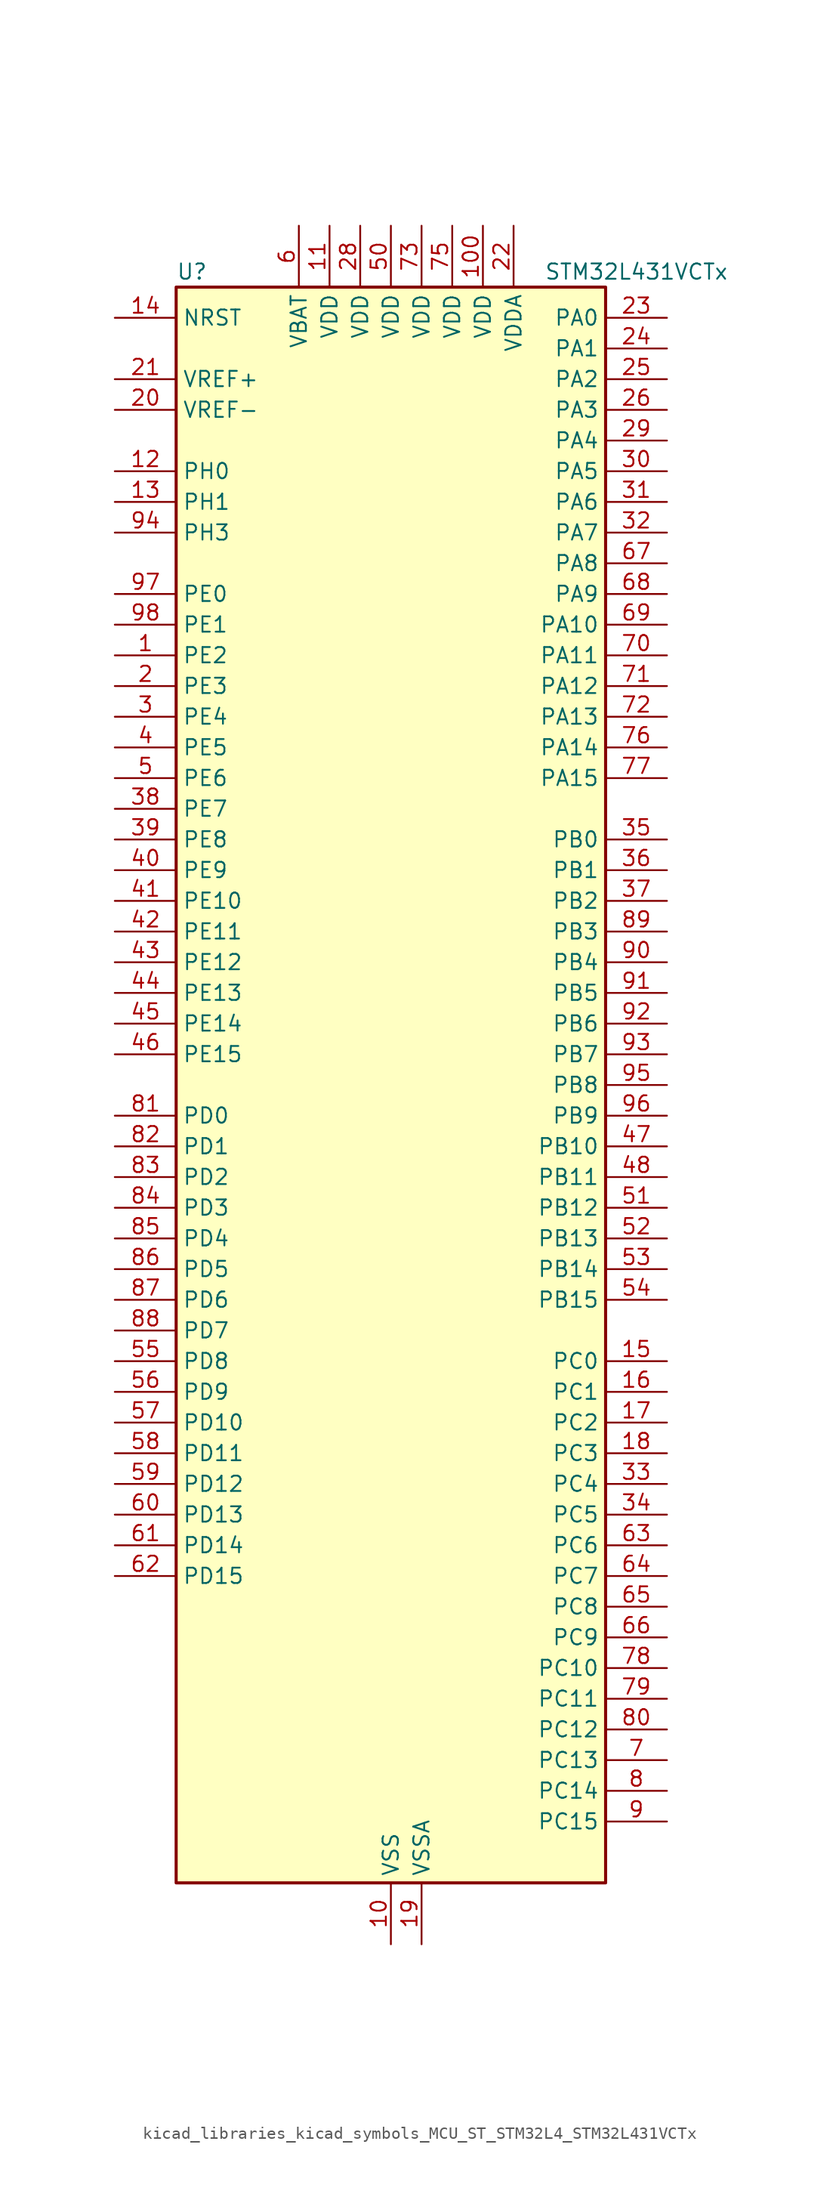
<source format=kicad_sym>
(kicad_symbol_lib
  (version 20220914)
  (generator kicad_symbol_editor)
  (symbol "kicad_libraries_kicad_symbols_MCU_ST_STM32L4_STM32L431VCTx"
    (property "Reference" "U"
      (at -17.78 67.31 0)
      (effects (font (size 1.27 1.27)) (justify left)))
    (property "Value" "STM32L431VCTx"
      (at 12.7 67.31 0)
      (effects (font (size 1.27 1.27)) (justify left)))
    (property "ki_locked" ""
      (at 0 0 0)
      (effects (font (size 1.27 1.27))))
    (symbol "kicad_libraries_kicad_symbols_MCU_ST_STM32L4_STM32L431VCTx_0_1"
      (rectangle (start -17.78 -66.04) (end 17.78 66.04) (stroke (width 0.254) (type default)) (fill (type background))))
    (symbol "kicad_libraries_kicad_symbols_MCU_ST_STM32L4_STM32L431VCTx_1_1"
      (pin bidirectional line (at -22.86 35.56 0) (length 5.08) (name "PE2" (effects (font (size 1.27 1.27)))) (number "1" (effects (font (size 1.27 1.27)))) (alternate "SAI1_MCLK_A" bidirectional line) (alternate "SYS_TRACECLK" bidirectional line) (alternate "TSC_G7_IO1" bidirectional line))
      (pin power_in line (at 0 -71.12 90) (length 5.08) (name "VSS" (effects (font (size 1.27 1.27)))) (number "10" (effects (font (size 1.27 1.27)))))
      (pin power_in line (at 7.62 71.12 270) (length 5.08) (name "VDD" (effects (font (size 1.27 1.27)))) (number "100" (effects (font (size 1.27 1.27)))))
      (pin power_in line (at -5.08 71.12 270) (length 5.08) (name "VDD" (effects (font (size 1.27 1.27)))) (number "11" (effects (font (size 1.27 1.27)))))
      (pin bidirectional line (at -22.86 50.8 0) (length 5.08) (name "PH0" (effects (font (size 1.27 1.27)))) (number "12" (effects (font (size 1.27 1.27)))) (alternate "RCC_OSC_IN" bidirectional line))
      (pin bidirectional line (at -22.86 48.26 0) (length 5.08) (name "PH1" (effects (font (size 1.27 1.27)))) (number "13" (effects (font (size 1.27 1.27)))) (alternate "RCC_OSC_OUT" bidirectional line))
      (pin input line (at -22.86 63.5 0) (length 5.08) (name "NRST" (effects (font (size 1.27 1.27)))) (number "14" (effects (font (size 1.27 1.27)))))
      (pin bidirectional line (at 22.86 -22.86 180) (length 5.08) (name "PC0" (effects (font (size 1.27 1.27)))) (number "15" (effects (font (size 1.27 1.27)))) (alternate "ADC1_IN1" bidirectional line) (alternate "I2C3_SCL" bidirectional line) (alternate "LPTIM1_IN1" bidirectional line) (alternate "LPTIM2_IN1" bidirectional line) (alternate "LPUART1_RX" bidirectional line))
      (pin bidirectional line (at 22.86 -25.4 180) (length 5.08) (name "PC1" (effects (font (size 1.27 1.27)))) (number "16" (effects (font (size 1.27 1.27)))) (alternate "ADC1_IN2" bidirectional line) (alternate "I2C3_SDA" bidirectional line) (alternate "LPTIM1_OUT" bidirectional line) (alternate "LPUART1_TX" bidirectional line))
      (pin bidirectional line (at 22.86 -27.94 180) (length 5.08) (name "PC2" (effects (font (size 1.27 1.27)))) (number "17" (effects (font (size 1.27 1.27)))) (alternate "ADC1_IN3" bidirectional line) (alternate "LPTIM1_IN2" bidirectional line) (alternate "SPI2_MISO" bidirectional line))
      (pin bidirectional line (at 22.86 -30.48 180) (length 5.08) (name "PC3" (effects (font (size 1.27 1.27)))) (number "18" (effects (font (size 1.27 1.27)))) (alternate "ADC1_IN4" bidirectional line) (alternate "LPTIM1_ETR" bidirectional line) (alternate "LPTIM2_ETR" bidirectional line) (alternate "SAI1_SD_A" bidirectional line) (alternate "SPI2_MOSI" bidirectional line))
      (pin power_in line (at 2.54 -71.12 90) (length 5.08) (name "VSSA" (effects (font (size 1.27 1.27)))) (number "19" (effects (font (size 1.27 1.27)))))
      (pin bidirectional line (at -22.86 33.02 0) (length 5.08) (name "PE3" (effects (font (size 1.27 1.27)))) (number "2" (effects (font (size 1.27 1.27)))) (alternate "SAI1_SD_B" bidirectional line) (alternate "SYS_TRACED0" bidirectional line) (alternate "TSC_G7_IO2" bidirectional line))
      (pin input line (at -22.86 55.88 0) (length 5.08) (name "VREF-" (effects (font (size 1.27 1.27)))) (number "20" (effects (font (size 1.27 1.27)))))
      (pin input line (at -22.86 58.42 0) (length 5.08) (name "VREF+" (effects (font (size 1.27 1.27)))) (number "21" (effects (font (size 1.27 1.27)))) (alternate "VREFBUF_OUT" bidirectional line))
      (pin power_in line (at 10.16 71.12 270) (length 5.08) (name "VDDA" (effects (font (size 1.27 1.27)))) (number "22" (effects (font (size 1.27 1.27)))))
      (pin bidirectional line (at 22.86 63.5 180) (length 5.08) (name "PA0" (effects (font (size 1.27 1.27)))) (number "23" (effects (font (size 1.27 1.27)))) (alternate "ADC1_IN5" bidirectional line) (alternate "COMP1_INM" bidirectional line) (alternate "COMP1_OUT" bidirectional line) (alternate "OPAMP1_VINP" bidirectional line) (alternate "RTC_TAMP2" bidirectional line) (alternate "SAI1_EXTCLK" bidirectional line) (alternate "SYS_WKUP1" bidirectional line) (alternate "TIM2_CH1" bidirectional line) (alternate "TIM2_ETR" bidirectional line) (alternate "USART2_CTS" bidirectional line))
      (pin bidirectional line (at 22.86 60.96 180) (length 5.08) (name "PA1" (effects (font (size 1.27 1.27)))) (number "24" (effects (font (size 1.27 1.27)))) (alternate "ADC1_IN6" bidirectional line) (alternate "COMP1_INP" bidirectional line) (alternate "I2C1_SMBA" bidirectional line) (alternate "OPAMP1_VINM" bidirectional line) (alternate "SPI1_SCK" bidirectional line) (alternate "TIM15_CH1N" bidirectional line) (alternate "TIM2_CH2" bidirectional line) (alternate "USART2_DE" bidirectional line) (alternate "USART2_RTS" bidirectional line))
      (pin bidirectional line (at 22.86 58.42 180) (length 5.08) (name "PA2" (effects (font (size 1.27 1.27)))) (number "25" (effects (font (size 1.27 1.27)))) (alternate "ADC1_IN7" bidirectional line) (alternate "COMP2_INM" bidirectional line) (alternate "COMP2_OUT" bidirectional line) (alternate "LPUART1_TX" bidirectional line) (alternate "QUADSPI_BK1_NCS" bidirectional line) (alternate "RCC_LSCO" bidirectional line) (alternate "SYS_WKUP4" bidirectional line) (alternate "TIM15_CH1" bidirectional line) (alternate "TIM2_CH3" bidirectional line) (alternate "USART2_TX" bidirectional line))
      (pin bidirectional line (at 22.86 55.88 180) (length 5.08) (name "PA3" (effects (font (size 1.27 1.27)))) (number "26" (effects (font (size 1.27 1.27)))) (alternate "ADC1_IN8" bidirectional line) (alternate "COMP2_INP" bidirectional line) (alternate "LPUART1_RX" bidirectional line) (alternate "OPAMP1_VOUT" bidirectional line) (alternate "QUADSPI_CLK" bidirectional line) (alternate "SAI1_MCLK_A" bidirectional line) (alternate "TIM15_CH2" bidirectional line) (alternate "TIM2_CH4" bidirectional line) (alternate "USART2_RX" bidirectional line))
      (pin passive line (at 0 -71.12 90) (length 5.08) hide (name "VSS" (effects (font (size 1.27 1.27)))) (number "27" (effects (font (size 1.27 1.27)))))
      (pin power_in line (at -2.54 71.12 270) (length 5.08) (name "VDD" (effects (font (size 1.27 1.27)))) (number "28" (effects (font (size 1.27 1.27)))))
      (pin bidirectional line (at 22.86 53.34 180) (length 5.08) (name "PA4" (effects (font (size 1.27 1.27)))) (number "29" (effects (font (size 1.27 1.27)))) (alternate "ADC1_IN9" bidirectional line) (alternate "COMP1_INM" bidirectional line) (alternate "COMP2_INM" bidirectional line) (alternate "DAC1_OUT1" bidirectional line) (alternate "LPTIM2_OUT" bidirectional line) (alternate "SAI1_FS_B" bidirectional line) (alternate "SPI1_NSS" bidirectional line) (alternate "SPI3_NSS" bidirectional line) (alternate "USART2_CK" bidirectional line))
      (pin bidirectional line (at -22.86 30.48 0) (length 5.08) (name "PE4" (effects (font (size 1.27 1.27)))) (number "3" (effects (font (size 1.27 1.27)))) (alternate "SAI1_FS_A" bidirectional line) (alternate "SYS_TRACED1" bidirectional line) (alternate "TSC_G7_IO3" bidirectional line))
      (pin bidirectional line (at 22.86 50.8 180) (length 5.08) (name "PA5" (effects (font (size 1.27 1.27)))) (number "30" (effects (font (size 1.27 1.27)))) (alternate "ADC1_IN10" bidirectional line) (alternate "COMP1_INM" bidirectional line) (alternate "COMP2_INM" bidirectional line) (alternate "DAC1_OUT2" bidirectional line) (alternate "LPTIM2_ETR" bidirectional line) (alternate "SPI1_SCK" bidirectional line) (alternate "TIM2_CH1" bidirectional line) (alternate "TIM2_ETR" bidirectional line))
      (pin bidirectional line (at 22.86 48.26 180) (length 5.08) (name "PA6" (effects (font (size 1.27 1.27)))) (number "31" (effects (font (size 1.27 1.27)))) (alternate "ADC1_IN11" bidirectional line) (alternate "COMP1_OUT" bidirectional line) (alternate "LPUART1_CTS" bidirectional line) (alternate "QUADSPI_BK1_IO3" bidirectional line) (alternate "SPI1_MISO" bidirectional line) (alternate "TIM16_CH1" bidirectional line) (alternate "TIM1_BKIN" bidirectional line) (alternate "TIM1_BKIN_COMP2" bidirectional line) (alternate "USART3_CTS" bidirectional line))
      (pin bidirectional line (at 22.86 45.72 180) (length 5.08) (name "PA7" (effects (font (size 1.27 1.27)))) (number "32" (effects (font (size 1.27 1.27)))) (alternate "ADC1_IN12" bidirectional line) (alternate "COMP2_OUT" bidirectional line) (alternate "I2C3_SCL" bidirectional line) (alternate "QUADSPI_BK1_IO2" bidirectional line) (alternate "SPI1_MOSI" bidirectional line) (alternate "TIM1_CH1N" bidirectional line))
      (pin bidirectional line (at 22.86 -33.02 180) (length 5.08) (name "PC4" (effects (font (size 1.27 1.27)))) (number "33" (effects (font (size 1.27 1.27)))) (alternate "ADC1_IN13" bidirectional line) (alternate "COMP1_INM" bidirectional line) (alternate "USART3_TX" bidirectional line))
      (pin bidirectional line (at 22.86 -35.56 180) (length 5.08) (name "PC5" (effects (font (size 1.27 1.27)))) (number "34" (effects (font (size 1.27 1.27)))) (alternate "ADC1_IN14" bidirectional line) (alternate "COMP1_INP" bidirectional line) (alternate "SYS_WKUP5" bidirectional line) (alternate "USART3_RX" bidirectional line))
      (pin bidirectional line (at 22.86 20.32 180) (length 5.08) (name "PB0" (effects (font (size 1.27 1.27)))) (number "35" (effects (font (size 1.27 1.27)))) (alternate "ADC1_IN15" bidirectional line) (alternate "COMP1_OUT" bidirectional line) (alternate "QUADSPI_BK1_IO1" bidirectional line) (alternate "SAI1_EXTCLK" bidirectional line) (alternate "SPI1_NSS" bidirectional line) (alternate "TIM1_CH2N" bidirectional line) (alternate "USART3_CK" bidirectional line))
      (pin bidirectional line (at 22.86 17.78 180) (length 5.08) (name "PB1" (effects (font (size 1.27 1.27)))) (number "36" (effects (font (size 1.27 1.27)))) (alternate "ADC1_IN16" bidirectional line) (alternate "COMP1_INM" bidirectional line) (alternate "LPTIM2_IN1" bidirectional line) (alternate "LPUART1_DE" bidirectional line) (alternate "LPUART1_RTS" bidirectional line) (alternate "QUADSPI_BK1_IO0" bidirectional line) (alternate "TIM1_CH3N" bidirectional line) (alternate "USART3_DE" bidirectional line) (alternate "USART3_RTS" bidirectional line))
      (pin bidirectional line (at 22.86 15.24 180) (length 5.08) (name "PB2" (effects (font (size 1.27 1.27)))) (number "37" (effects (font (size 1.27 1.27)))) (alternate "COMP1_INP" bidirectional line) (alternate "I2C3_SMBA" bidirectional line) (alternate "LPTIM1_OUT" bidirectional line) (alternate "RTC_OUT_ALARM" bidirectional line) (alternate "RTC_OUT_CALIB" bidirectional line))
      (pin bidirectional line (at -22.86 22.86 0) (length 5.08) (name "PE7" (effects (font (size 1.27 1.27)))) (number "38" (effects (font (size 1.27 1.27)))) (alternate "SAI1_SD_B" bidirectional line) (alternate "TIM1_ETR" bidirectional line))
      (pin bidirectional line (at -22.86 20.32 0) (length 5.08) (name "PE8" (effects (font (size 1.27 1.27)))) (number "39" (effects (font (size 1.27 1.27)))) (alternate "SAI1_SCK_B" bidirectional line) (alternate "TIM1_CH1N" bidirectional line))
      (pin bidirectional line (at -22.86 27.94 0) (length 5.08) (name "PE5" (effects (font (size 1.27 1.27)))) (number "4" (effects (font (size 1.27 1.27)))) (alternate "SAI1_SCK_A" bidirectional line) (alternate "SYS_TRACED2" bidirectional line) (alternate "TSC_G7_IO4" bidirectional line))
      (pin bidirectional line (at -22.86 17.78 0) (length 5.08) (name "PE9" (effects (font (size 1.27 1.27)))) (number "40" (effects (font (size 1.27 1.27)))) (alternate "DAC1_EXTI9" bidirectional line) (alternate "SAI1_FS_B" bidirectional line) (alternate "TIM1_CH1" bidirectional line))
      (pin bidirectional line (at -22.86 15.24 0) (length 5.08) (name "PE10" (effects (font (size 1.27 1.27)))) (number "41" (effects (font (size 1.27 1.27)))) (alternate "QUADSPI_CLK" bidirectional line) (alternate "SAI1_MCLK_B" bidirectional line) (alternate "TIM1_CH2N" bidirectional line) (alternate "TSC_G5_IO1" bidirectional line))
      (pin bidirectional line (at -22.86 12.7 0) (length 5.08) (name "PE11" (effects (font (size 1.27 1.27)))) (number "42" (effects (font (size 1.27 1.27)))) (alternate "ADC1_EXTI11" bidirectional line) (alternate "QUADSPI_BK1_NCS" bidirectional line) (alternate "TIM1_CH2" bidirectional line) (alternate "TSC_G5_IO2" bidirectional line))
      (pin bidirectional line (at -22.86 10.16 0) (length 5.08) (name "PE12" (effects (font (size 1.27 1.27)))) (number "43" (effects (font (size 1.27 1.27)))) (alternate "QUADSPI_BK1_IO0" bidirectional line) (alternate "SPI1_NSS" bidirectional line) (alternate "TIM1_CH3N" bidirectional line) (alternate "TSC_G5_IO3" bidirectional line))
      (pin bidirectional line (at -22.86 7.62 0) (length 5.08) (name "PE13" (effects (font (size 1.27 1.27)))) (number "44" (effects (font (size 1.27 1.27)))) (alternate "QUADSPI_BK1_IO1" bidirectional line) (alternate "SPI1_SCK" bidirectional line) (alternate "TIM1_CH3" bidirectional line) (alternate "TSC_G5_IO4" bidirectional line))
      (pin bidirectional line (at -22.86 5.08 0) (length 5.08) (name "PE14" (effects (font (size 1.27 1.27)))) (number "45" (effects (font (size 1.27 1.27)))) (alternate "QUADSPI_BK1_IO2" bidirectional line) (alternate "SPI1_MISO" bidirectional line) (alternate "TIM1_BKIN2" bidirectional line) (alternate "TIM1_BKIN2_COMP2" bidirectional line) (alternate "TIM1_CH4" bidirectional line))
      (pin bidirectional line (at -22.86 2.54 0) (length 5.08) (name "PE15" (effects (font (size 1.27 1.27)))) (number "46" (effects (font (size 1.27 1.27)))) (alternate "ADC1_EXTI15" bidirectional line) (alternate "QUADSPI_BK1_IO3" bidirectional line) (alternate "SPI1_MOSI" bidirectional line) (alternate "TIM1_BKIN" bidirectional line) (alternate "TIM1_BKIN_COMP1" bidirectional line))
      (pin bidirectional line (at 22.86 -5.08 180) (length 5.08) (name "PB10" (effects (font (size 1.27 1.27)))) (number "47" (effects (font (size 1.27 1.27)))) (alternate "COMP1_OUT" bidirectional line) (alternate "I2C2_SCL" bidirectional line) (alternate "LPUART1_RX" bidirectional line) (alternate "QUADSPI_CLK" bidirectional line) (alternate "SAI1_SCK_A" bidirectional line) (alternate "SPI2_SCK" bidirectional line) (alternate "TIM2_CH3" bidirectional line) (alternate "TSC_SYNC" bidirectional line) (alternate "USART3_TX" bidirectional line))
      (pin bidirectional line (at 22.86 -7.62 180) (length 5.08) (name "PB11" (effects (font (size 1.27 1.27)))) (number "48" (effects (font (size 1.27 1.27)))) (alternate "ADC1_EXTI11" bidirectional line) (alternate "COMP2_OUT" bidirectional line) (alternate "I2C2_SDA" bidirectional line) (alternate "LPUART1_TX" bidirectional line) (alternate "QUADSPI_BK1_NCS" bidirectional line) (alternate "TIM2_CH4" bidirectional line) (alternate "USART3_RX" bidirectional line))
      (pin passive line (at 0 -71.12 90) (length 5.08) hide (name "VSS" (effects (font (size 1.27 1.27)))) (number "49" (effects (font (size 1.27 1.27)))))
      (pin bidirectional line (at -22.86 25.4 0) (length 5.08) (name "PE6" (effects (font (size 1.27 1.27)))) (number "5" (effects (font (size 1.27 1.27)))) (alternate "RTC_TAMP3" bidirectional line) (alternate "SAI1_SD_A" bidirectional line) (alternate "SYS_TRACED3" bidirectional line) (alternate "SYS_WKUP3" bidirectional line))
      (pin power_in line (at 0 71.12 270) (length 5.08) (name "VDD" (effects (font (size 1.27 1.27)))) (number "50" (effects (font (size 1.27 1.27)))))
      (pin bidirectional line (at 22.86 -10.16 180) (length 5.08) (name "PB12" (effects (font (size 1.27 1.27)))) (number "51" (effects (font (size 1.27 1.27)))) (alternate "I2C2_SMBA" bidirectional line) (alternate "LPUART1_DE" bidirectional line) (alternate "LPUART1_RTS" bidirectional line) (alternate "SAI1_FS_A" bidirectional line) (alternate "SPI2_NSS" bidirectional line) (alternate "SWPMI1_IO" bidirectional line) (alternate "TIM15_BKIN" bidirectional line) (alternate "TIM1_BKIN" bidirectional line) (alternate "TIM1_BKIN_COMP2" bidirectional line) (alternate "TSC_G1_IO1" bidirectional line) (alternate "USART3_CK" bidirectional line))
      (pin bidirectional line (at 22.86 -12.7 180) (length 5.08) (name "PB13" (effects (font (size 1.27 1.27)))) (number "52" (effects (font (size 1.27 1.27)))) (alternate "I2C2_SCL" bidirectional line) (alternate "LPUART1_CTS" bidirectional line) (alternate "SAI1_SCK_A" bidirectional line) (alternate "SPI2_SCK" bidirectional line) (alternate "SWPMI1_TX" bidirectional line) (alternate "TIM15_CH1N" bidirectional line) (alternate "TIM1_CH1N" bidirectional line) (alternate "TSC_G1_IO2" bidirectional line) (alternate "USART3_CTS" bidirectional line))
      (pin bidirectional line (at 22.86 -15.24 180) (length 5.08) (name "PB14" (effects (font (size 1.27 1.27)))) (number "53" (effects (font (size 1.27 1.27)))) (alternate "I2C2_SDA" bidirectional line) (alternate "SAI1_MCLK_A" bidirectional line) (alternate "SPI2_MISO" bidirectional line) (alternate "SWPMI1_RX" bidirectional line) (alternate "TIM15_CH1" bidirectional line) (alternate "TIM1_CH2N" bidirectional line) (alternate "TSC_G1_IO3" bidirectional line) (alternate "USART3_DE" bidirectional line) (alternate "USART3_RTS" bidirectional line))
      (pin bidirectional line (at 22.86 -17.78 180) (length 5.08) (name "PB15" (effects (font (size 1.27 1.27)))) (number "54" (effects (font (size 1.27 1.27)))) (alternate "ADC1_EXTI15" bidirectional line) (alternate "RTC_REFIN" bidirectional line) (alternate "SAI1_SD_A" bidirectional line) (alternate "SPI2_MOSI" bidirectional line) (alternate "SWPMI1_SUSPEND" bidirectional line) (alternate "TIM15_CH2" bidirectional line) (alternate "TIM1_CH3N" bidirectional line) (alternate "TSC_G1_IO4" bidirectional line))
      (pin bidirectional line (at -22.86 -22.86 0) (length 5.08) (name "PD8" (effects (font (size 1.27 1.27)))) (number "55" (effects (font (size 1.27 1.27)))) (alternate "USART3_TX" bidirectional line))
      (pin bidirectional line (at -22.86 -25.4 0) (length 5.08) (name "PD9" (effects (font (size 1.27 1.27)))) (number "56" (effects (font (size 1.27 1.27)))) (alternate "DAC1_EXTI9" bidirectional line) (alternate "USART3_RX" bidirectional line))
      (pin bidirectional line (at -22.86 -27.94 0) (length 5.08) (name "PD10" (effects (font (size 1.27 1.27)))) (number "57" (effects (font (size 1.27 1.27)))) (alternate "TSC_G6_IO1" bidirectional line) (alternate "USART3_CK" bidirectional line))
      (pin bidirectional line (at -22.86 -30.48 0) (length 5.08) (name "PD11" (effects (font (size 1.27 1.27)))) (number "58" (effects (font (size 1.27 1.27)))) (alternate "ADC1_EXTI11" bidirectional line) (alternate "LPTIM2_ETR" bidirectional line) (alternate "TSC_G6_IO2" bidirectional line) (alternate "USART3_CTS" bidirectional line))
      (pin bidirectional line (at -22.86 -33.02 0) (length 5.08) (name "PD12" (effects (font (size 1.27 1.27)))) (number "59" (effects (font (size 1.27 1.27)))) (alternate "LPTIM2_IN1" bidirectional line) (alternate "TSC_G6_IO3" bidirectional line) (alternate "USART3_DE" bidirectional line) (alternate "USART3_RTS" bidirectional line))
      (pin power_in line (at -7.62 71.12 270) (length 5.08) (name "VBAT" (effects (font (size 1.27 1.27)))) (number "6" (effects (font (size 1.27 1.27)))))
      (pin bidirectional line (at -22.86 -35.56 0) (length 5.08) (name "PD13" (effects (font (size 1.27 1.27)))) (number "60" (effects (font (size 1.27 1.27)))) (alternate "LPTIM2_OUT" bidirectional line) (alternate "TSC_G6_IO4" bidirectional line))
      (pin bidirectional line (at -22.86 -38.1 0) (length 5.08) (name "PD14" (effects (font (size 1.27 1.27)))) (number "61" (effects (font (size 1.27 1.27)))))
      (pin bidirectional line (at -22.86 -40.64 0) (length 5.08) (name "PD15" (effects (font (size 1.27 1.27)))) (number "62" (effects (font (size 1.27 1.27)))) (alternate "ADC1_EXTI15" bidirectional line))
      (pin bidirectional line (at 22.86 -38.1 180) (length 5.08) (name "PC6" (effects (font (size 1.27 1.27)))) (number "63" (effects (font (size 1.27 1.27)))) (alternate "SDMMC1_D6" bidirectional line) (alternate "TSC_G4_IO1" bidirectional line))
      (pin bidirectional line (at 22.86 -40.64 180) (length 5.08) (name "PC7" (effects (font (size 1.27 1.27)))) (number "64" (effects (font (size 1.27 1.27)))) (alternate "SDMMC1_D7" bidirectional line) (alternate "TSC_G4_IO2" bidirectional line))
      (pin bidirectional line (at 22.86 -43.18 180) (length 5.08) (name "PC8" (effects (font (size 1.27 1.27)))) (number "65" (effects (font (size 1.27 1.27)))) (alternate "SDMMC1_D0" bidirectional line) (alternate "TSC_G4_IO3" bidirectional line))
      (pin bidirectional line (at 22.86 -45.72 180) (length 5.08) (name "PC9" (effects (font (size 1.27 1.27)))) (number "66" (effects (font (size 1.27 1.27)))) (alternate "DAC1_EXTI9" bidirectional line) (alternate "SDMMC1_D1" bidirectional line) (alternate "TSC_G4_IO4" bidirectional line))
      (pin bidirectional line (at 22.86 43.18 180) (length 5.08) (name "PA8" (effects (font (size 1.27 1.27)))) (number "67" (effects (font (size 1.27 1.27)))) (alternate "LPTIM2_OUT" bidirectional line) (alternate "RCC_MCO" bidirectional line) (alternate "SAI1_SCK_A" bidirectional line) (alternate "SWPMI1_IO" bidirectional line) (alternate "TIM1_CH1" bidirectional line) (alternate "USART1_CK" bidirectional line))
      (pin bidirectional line (at 22.86 40.64 180) (length 5.08) (name "PA9" (effects (font (size 1.27 1.27)))) (number "68" (effects (font (size 1.27 1.27)))) (alternate "DAC1_EXTI9" bidirectional line) (alternate "I2C1_SCL" bidirectional line) (alternate "SAI1_FS_A" bidirectional line) (alternate "TIM15_BKIN" bidirectional line) (alternate "TIM1_CH2" bidirectional line) (alternate "USART1_TX" bidirectional line))
      (pin bidirectional line (at 22.86 38.1 180) (length 5.08) (name "PA10" (effects (font (size 1.27 1.27)))) (number "69" (effects (font (size 1.27 1.27)))) (alternate "I2C1_SDA" bidirectional line) (alternate "SAI1_SD_A" bidirectional line) (alternate "TIM1_CH3" bidirectional line) (alternate "USART1_RX" bidirectional line))
      (pin bidirectional line (at 22.86 -55.88 180) (length 5.08) (name "PC13" (effects (font (size 1.27 1.27)))) (number "7" (effects (font (size 1.27 1.27)))) (alternate "RTC_OUT_ALARM" bidirectional line) (alternate "RTC_OUT_CALIB" bidirectional line) (alternate "RTC_TAMP1" bidirectional line) (alternate "RTC_TS" bidirectional line) (alternate "SYS_WKUP2" bidirectional line))
      (pin bidirectional line (at 22.86 35.56 180) (length 5.08) (name "PA11" (effects (font (size 1.27 1.27)))) (number "70" (effects (font (size 1.27 1.27)))) (alternate "ADC1_EXTI11" bidirectional line) (alternate "CAN1_RX" bidirectional line) (alternate "COMP1_OUT" bidirectional line) (alternate "SPI1_MISO" bidirectional line) (alternate "TIM1_BKIN2" bidirectional line) (alternate "TIM1_BKIN2_COMP1" bidirectional line) (alternate "TIM1_CH4" bidirectional line) (alternate "USART1_CTS" bidirectional line))
      (pin bidirectional line (at 22.86 33.02 180) (length 5.08) (name "PA12" (effects (font (size 1.27 1.27)))) (number "71" (effects (font (size 1.27 1.27)))) (alternate "CAN1_TX" bidirectional line) (alternate "SPI1_MOSI" bidirectional line) (alternate "TIM1_ETR" bidirectional line) (alternate "USART1_DE" bidirectional line) (alternate "USART1_RTS" bidirectional line))
      (pin bidirectional line (at 22.86 30.48 180) (length 5.08) (name "PA13" (effects (font (size 1.27 1.27)))) (number "72" (effects (font (size 1.27 1.27)))) (alternate "IR_OUT" bidirectional line) (alternate "SAI1_SD_B" bidirectional line) (alternate "SWPMI1_TX" bidirectional line) (alternate "SYS_JTMS-SWDIO" bidirectional line))
      (pin power_in line (at 2.54 71.12 270) (length 5.08) (name "VDD" (effects (font (size 1.27 1.27)))) (number "73" (effects (font (size 1.27 1.27)))))
      (pin passive line (at 0 -71.12 90) (length 5.08) hide (name "VSS" (effects (font (size 1.27 1.27)))) (number "74" (effects (font (size 1.27 1.27)))))
      (pin power_in line (at 5.08 71.12 270) (length 5.08) (name "VDD" (effects (font (size 1.27 1.27)))) (number "75" (effects (font (size 1.27 1.27)))))
      (pin bidirectional line (at 22.86 27.94 180) (length 5.08) (name "PA14" (effects (font (size 1.27 1.27)))) (number "76" (effects (font (size 1.27 1.27)))) (alternate "I2C1_SMBA" bidirectional line) (alternate "LPTIM1_OUT" bidirectional line) (alternate "SAI1_FS_B" bidirectional line) (alternate "SWPMI1_RX" bidirectional line) (alternate "SYS_JTCK-SWCLK" bidirectional line))
      (pin bidirectional line (at 22.86 25.4 180) (length 5.08) (name "PA15" (effects (font (size 1.27 1.27)))) (number "77" (effects (font (size 1.27 1.27)))) (alternate "ADC1_EXTI15" bidirectional line) (alternate "SPI1_NSS" bidirectional line) (alternate "SPI3_NSS" bidirectional line) (alternate "SWPMI1_SUSPEND" bidirectional line) (alternate "SYS_JTDI" bidirectional line) (alternate "TIM2_CH1" bidirectional line) (alternate "TIM2_ETR" bidirectional line) (alternate "TSC_G3_IO1" bidirectional line) (alternate "USART2_RX" bidirectional line) (alternate "USART3_DE" bidirectional line) (alternate "USART3_RTS" bidirectional line))
      (pin bidirectional line (at 22.86 -48.26 180) (length 5.08) (name "PC10" (effects (font (size 1.27 1.27)))) (number "78" (effects (font (size 1.27 1.27)))) (alternate "SDMMC1_D2" bidirectional line) (alternate "SPI3_SCK" bidirectional line) (alternate "TSC_G3_IO2" bidirectional line) (alternate "USART3_TX" bidirectional line))
      (pin bidirectional line (at 22.86 -50.8 180) (length 5.08) (name "PC11" (effects (font (size 1.27 1.27)))) (number "79" (effects (font (size 1.27 1.27)))) (alternate "ADC1_EXTI11" bidirectional line) (alternate "SDMMC1_D3" bidirectional line) (alternate "SPI3_MISO" bidirectional line) (alternate "TSC_G3_IO3" bidirectional line) (alternate "USART3_RX" bidirectional line))
      (pin bidirectional line (at 22.86 -58.42 180) (length 5.08) (name "PC14" (effects (font (size 1.27 1.27)))) (number "8" (effects (font (size 1.27 1.27)))) (alternate "RCC_OSC32_IN" bidirectional line))
      (pin bidirectional line (at 22.86 -53.34 180) (length 5.08) (name "PC12" (effects (font (size 1.27 1.27)))) (number "80" (effects (font (size 1.27 1.27)))) (alternate "SDMMC1_CK" bidirectional line) (alternate "SPI3_MOSI" bidirectional line) (alternate "TSC_G3_IO4" bidirectional line) (alternate "USART3_CK" bidirectional line))
      (pin bidirectional line (at -22.86 -2.54 0) (length 5.08) (name "PD0" (effects (font (size 1.27 1.27)))) (number "81" (effects (font (size 1.27 1.27)))) (alternate "CAN1_RX" bidirectional line) (alternate "SPI2_NSS" bidirectional line))
      (pin bidirectional line (at -22.86 -5.08 0) (length 5.08) (name "PD1" (effects (font (size 1.27 1.27)))) (number "82" (effects (font (size 1.27 1.27)))) (alternate "CAN1_TX" bidirectional line) (alternate "SPI2_SCK" bidirectional line))
      (pin bidirectional line (at -22.86 -7.62 0) (length 5.08) (name "PD2" (effects (font (size 1.27 1.27)))) (number "83" (effects (font (size 1.27 1.27)))) (alternate "SDMMC1_CMD" bidirectional line) (alternate "TSC_SYNC" bidirectional line) (alternate "USART3_DE" bidirectional line) (alternate "USART3_RTS" bidirectional line))
      (pin bidirectional line (at -22.86 -10.16 0) (length 5.08) (name "PD3" (effects (font (size 1.27 1.27)))) (number "84" (effects (font (size 1.27 1.27)))) (alternate "QUADSPI_BK2_NCS" bidirectional line) (alternate "SPI2_MISO" bidirectional line) (alternate "USART2_CTS" bidirectional line))
      (pin bidirectional line (at -22.86 -12.7 0) (length 5.08) (name "PD4" (effects (font (size 1.27 1.27)))) (number "85" (effects (font (size 1.27 1.27)))) (alternate "QUADSPI_BK2_IO0" bidirectional line) (alternate "SPI2_MOSI" bidirectional line) (alternate "USART2_DE" bidirectional line) (alternate "USART2_RTS" bidirectional line))
      (pin bidirectional line (at -22.86 -15.24 0) (length 5.08) (name "PD5" (effects (font (size 1.27 1.27)))) (number "86" (effects (font (size 1.27 1.27)))) (alternate "QUADSPI_BK2_IO1" bidirectional line) (alternate "USART2_TX" bidirectional line))
      (pin bidirectional line (at -22.86 -17.78 0) (length 5.08) (name "PD6" (effects (font (size 1.27 1.27)))) (number "87" (effects (font (size 1.27 1.27)))) (alternate "QUADSPI_BK2_IO2" bidirectional line) (alternate "SAI1_SD_A" bidirectional line) (alternate "USART2_RX" bidirectional line))
      (pin bidirectional line (at -22.86 -20.32 0) (length 5.08) (name "PD7" (effects (font (size 1.27 1.27)))) (number "88" (effects (font (size 1.27 1.27)))) (alternate "QUADSPI_BK2_IO3" bidirectional line) (alternate "USART2_CK" bidirectional line))
      (pin bidirectional line (at 22.86 12.7 180) (length 5.08) (name "PB3" (effects (font (size 1.27 1.27)))) (number "89" (effects (font (size 1.27 1.27)))) (alternate "COMP2_INM" bidirectional line) (alternate "SAI1_SCK_B" bidirectional line) (alternate "SPI1_SCK" bidirectional line) (alternate "SPI3_SCK" bidirectional line) (alternate "SYS_JTDO-SWO" bidirectional line) (alternate "TIM2_CH2" bidirectional line) (alternate "USART1_DE" bidirectional line) (alternate "USART1_RTS" bidirectional line))
      (pin bidirectional line (at 22.86 -60.96 180) (length 5.08) (name "PC15" (effects (font (size 1.27 1.27)))) (number "9" (effects (font (size 1.27 1.27)))) (alternate "ADC1_EXTI15" bidirectional line) (alternate "RCC_OSC32_OUT" bidirectional line))
      (pin bidirectional line (at 22.86 10.16 180) (length 5.08) (name "PB4" (effects (font (size 1.27 1.27)))) (number "90" (effects (font (size 1.27 1.27)))) (alternate "COMP2_INP" bidirectional line) (alternate "I2C3_SDA" bidirectional line) (alternate "SAI1_MCLK_B" bidirectional line) (alternate "SPI1_MISO" bidirectional line) (alternate "SPI3_MISO" bidirectional line) (alternate "SYS_JTRST" bidirectional line) (alternate "TSC_G2_IO1" bidirectional line) (alternate "USART1_CTS" bidirectional line))
      (pin bidirectional line (at 22.86 7.62 180) (length 5.08) (name "PB5" (effects (font (size 1.27 1.27)))) (number "91" (effects (font (size 1.27 1.27)))) (alternate "COMP2_OUT" bidirectional line) (alternate "I2C1_SMBA" bidirectional line) (alternate "LPTIM1_IN1" bidirectional line) (alternate "SAI1_SD_B" bidirectional line) (alternate "SPI1_MOSI" bidirectional line) (alternate "SPI3_MOSI" bidirectional line) (alternate "TIM16_BKIN" bidirectional line) (alternate "TSC_G2_IO2" bidirectional line) (alternate "USART1_CK" bidirectional line))
      (pin bidirectional line (at 22.86 5.08 180) (length 5.08) (name "PB6" (effects (font (size 1.27 1.27)))) (number "92" (effects (font (size 1.27 1.27)))) (alternate "COMP2_INP" bidirectional line) (alternate "I2C1_SCL" bidirectional line) (alternate "LPTIM1_ETR" bidirectional line) (alternate "SAI1_FS_B" bidirectional line) (alternate "TIM16_CH1N" bidirectional line) (alternate "TSC_G2_IO3" bidirectional line) (alternate "USART1_TX" bidirectional line))
      (pin bidirectional line (at 22.86 2.54 180) (length 5.08) (name "PB7" (effects (font (size 1.27 1.27)))) (number "93" (effects (font (size 1.27 1.27)))) (alternate "COMP2_INM" bidirectional line) (alternate "I2C1_SDA" bidirectional line) (alternate "LPTIM1_IN2" bidirectional line) (alternate "SYS_PVD_IN" bidirectional line) (alternate "TSC_G2_IO4" bidirectional line) (alternate "USART1_RX" bidirectional line))
      (pin bidirectional line (at -22.86 45.72 0) (length 5.08) (name "PH3" (effects (font (size 1.27 1.27)))) (number "94" (effects (font (size 1.27 1.27)))))
      (pin bidirectional line (at 22.86 0 180) (length 5.08) (name "PB8" (effects (font (size 1.27 1.27)))) (number "95" (effects (font (size 1.27 1.27)))) (alternate "CAN1_RX" bidirectional line) (alternate "I2C1_SCL" bidirectional line) (alternate "SAI1_MCLK_A" bidirectional line) (alternate "SDMMC1_D4" bidirectional line) (alternate "TIM16_CH1" bidirectional line))
      (pin bidirectional line (at 22.86 -2.54 180) (length 5.08) (name "PB9" (effects (font (size 1.27 1.27)))) (number "96" (effects (font (size 1.27 1.27)))) (alternate "CAN1_TX" bidirectional line) (alternate "DAC1_EXTI9" bidirectional line) (alternate "I2C1_SDA" bidirectional line) (alternate "IR_OUT" bidirectional line) (alternate "SAI1_FS_A" bidirectional line) (alternate "SDMMC1_D5" bidirectional line) (alternate "SPI2_NSS" bidirectional line))
      (pin bidirectional line (at -22.86 40.64 0) (length 5.08) (name "PE0" (effects (font (size 1.27 1.27)))) (number "97" (effects (font (size 1.27 1.27)))) (alternate "TIM16_CH1" bidirectional line))
      (pin bidirectional line (at -22.86 38.1 0) (length 5.08) (name "PE1" (effects (font (size 1.27 1.27)))) (number "98" (effects (font (size 1.27 1.27)))))
      (pin passive line (at 0 -71.12 90) (length 5.08) hide (name "VSS" (effects (font (size 1.27 1.27)))) (number "99" (effects (font (size 1.27 1.27))))))))
</source>
